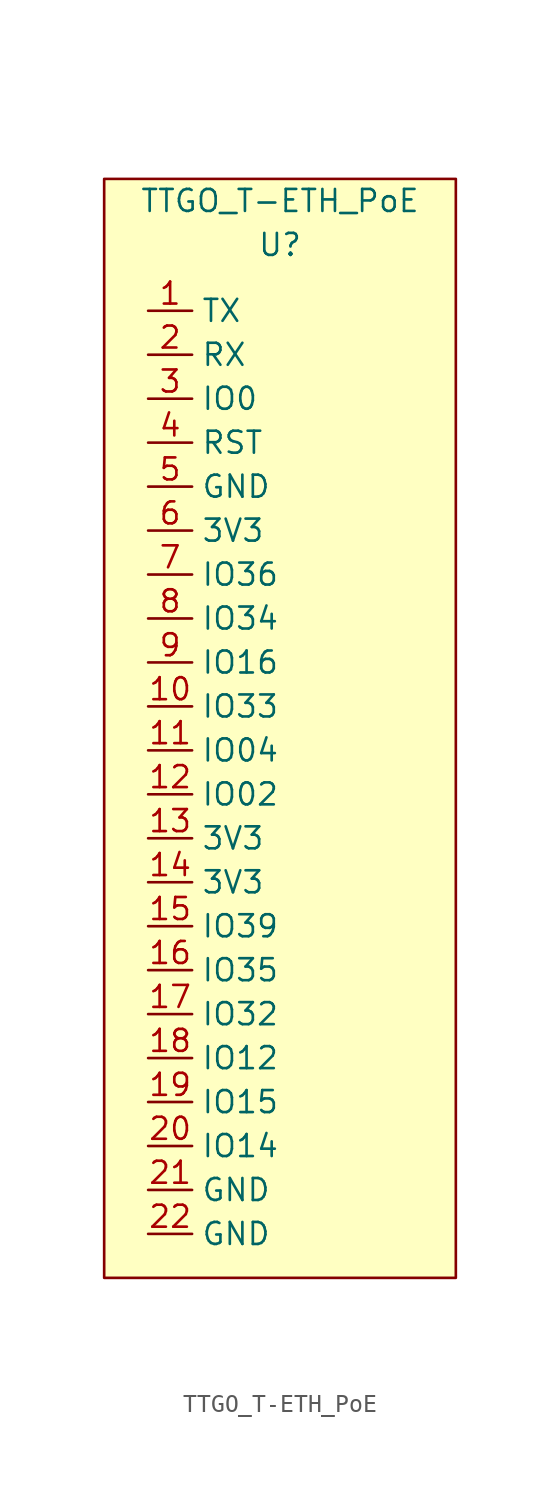
<source format=kicad_sym>
(kicad_symbol_lib
  (version 20220126)
  (generator kicad_symbol_editor)
  (symbol "TTGO_T-ETH_PoE"
    (property "Reference" "U"
      (at 48.26 -39.37 0)
      (effects (font (size 1.27 1.27))))
    (property "Value" "TTGO_T-ETH_PoE"
      (at 48.26 -36.83 0)
      (effects (font (size 1.27 1.27))))
    (symbol "TTGO_T-ETH_PoE_0_0"
      (pin unspecified line (at 40.64 -43.18 0) (length 2.54) (name "TX" (effects (font (size 1.27 1.27)))) (number "1" (effects (font (size 1.27 1.27)))))
      (pin unspecified line (at 40.64 -66.04 0) (length 2.54) (name "IO33" (effects (font (size 1.27 1.27)))) (number "10" (effects (font (size 1.27 1.27)))))
      (pin unspecified line (at 40.64 -68.58 0) (length 2.54) (name "IO04" (effects (font (size 1.27 1.27)))) (number "11" (effects (font (size 1.27 1.27)))))
      (pin unspecified line (at 40.64 -71.12 0) (length 2.54) (name "IO02" (effects (font (size 1.27 1.27)))) (number "12" (effects (font (size 1.27 1.27)))))
      (pin unspecified line (at 40.64 -73.66 0) (length 2.54) (name "3V3" (effects (font (size 1.27 1.27)))) (number "13" (effects (font (size 1.27 1.27)))))
      (pin unspecified line (at 40.64 -76.2 0) (length 2.54) (name "3V3" (effects (font (size 1.27 1.27)))) (number "14" (effects (font (size 1.27 1.27)))))
      (pin unspecified line (at 40.64 -78.74 0) (length 2.54) (name "IO39" (effects (font (size 1.27 1.27)))) (number "15" (effects (font (size 1.27 1.27)))))
      (pin unspecified line (at 40.64 -81.28 0) (length 2.54) (name "IO35" (effects (font (size 1.27 1.27)))) (number "16" (effects (font (size 1.27 1.27)))))
      (pin unspecified line (at 40.64 -83.82 0) (length 2.54) (name "IO32" (effects (font (size 1.27 1.27)))) (number "17" (effects (font (size 1.27 1.27)))))
      (pin unspecified line (at 40.64 -86.36 0) (length 2.54) (name "IO12" (effects (font (size 1.27 1.27)))) (number "18" (effects (font (size 1.27 1.27)))))
      (pin unspecified line (at 40.64 -88.9 0) (length 2.54) (name "IO15" (effects (font (size 1.27 1.27)))) (number "19" (effects (font (size 1.27 1.27)))))
      (pin unspecified line (at 40.64 -45.72 0) (length 2.54) (name "RX" (effects (font (size 1.27 1.27)))) (number "2" (effects (font (size 1.27 1.27)))))
      (pin unspecified line (at 40.64 -91.44 0) (length 2.54) (name "IO14" (effects (font (size 1.27 1.27)))) (number "20" (effects (font (size 1.27 1.27)))))
      (pin unspecified line (at 40.64 -93.98 0) (length 2.54) (name "GND" (effects (font (size 1.27 1.27)))) (number "21" (effects (font (size 1.27 1.27)))))
      (pin unspecified line (at 40.64 -96.52 0) (length 2.54) (name "GND" (effects (font (size 1.27 1.27)))) (number "22" (effects (font (size 1.27 1.27)))))
      (pin unspecified line (at 40.64 -48.26 0) (length 2.54) (name "IO0" (effects (font (size 1.27 1.27)))) (number "3" (effects (font (size 1.27 1.27)))))
      (pin unspecified line (at 40.64 -50.8 0) (length 2.54) (name "RST" (effects (font (size 1.27 1.27)))) (number "4" (effects (font (size 1.27 1.27)))))
      (pin unspecified line (at 40.64 -53.34 0) (length 2.54) (name "GND" (effects (font (size 1.27 1.27)))) (number "5" (effects (font (size 1.27 1.27)))))
      (pin unspecified line (at 40.64 -55.88 0) (length 2.54) (name "3V3" (effects (font (size 1.27 1.27)))) (number "6" (effects (font (size 1.27 1.27)))))
      (pin unspecified line (at 40.64 -58.42 0) (length 2.54) (name "IO36" (effects (font (size 1.27 1.27)))) (number "7" (effects (font (size 1.27 1.27)))))
      (pin unspecified line (at 40.64 -60.96 0) (length 2.54) (name "IO34" (effects (font (size 1.27 1.27)))) (number "8" (effects (font (size 1.27 1.27)))))
      (pin unspecified line (at 40.64 -63.5 0) (length 2.54) (name "IO16" (effects (font (size 1.27 1.27)))) (number "9" (effects (font (size 1.27 1.27))))))
    (symbol "TTGO_T-ETH_PoE_0_1"
      (rectangle (start 38.1 -35.56) (end 58.42 -99.06) (stroke (width 0) (type default)) (fill (type background))))))
</source>
